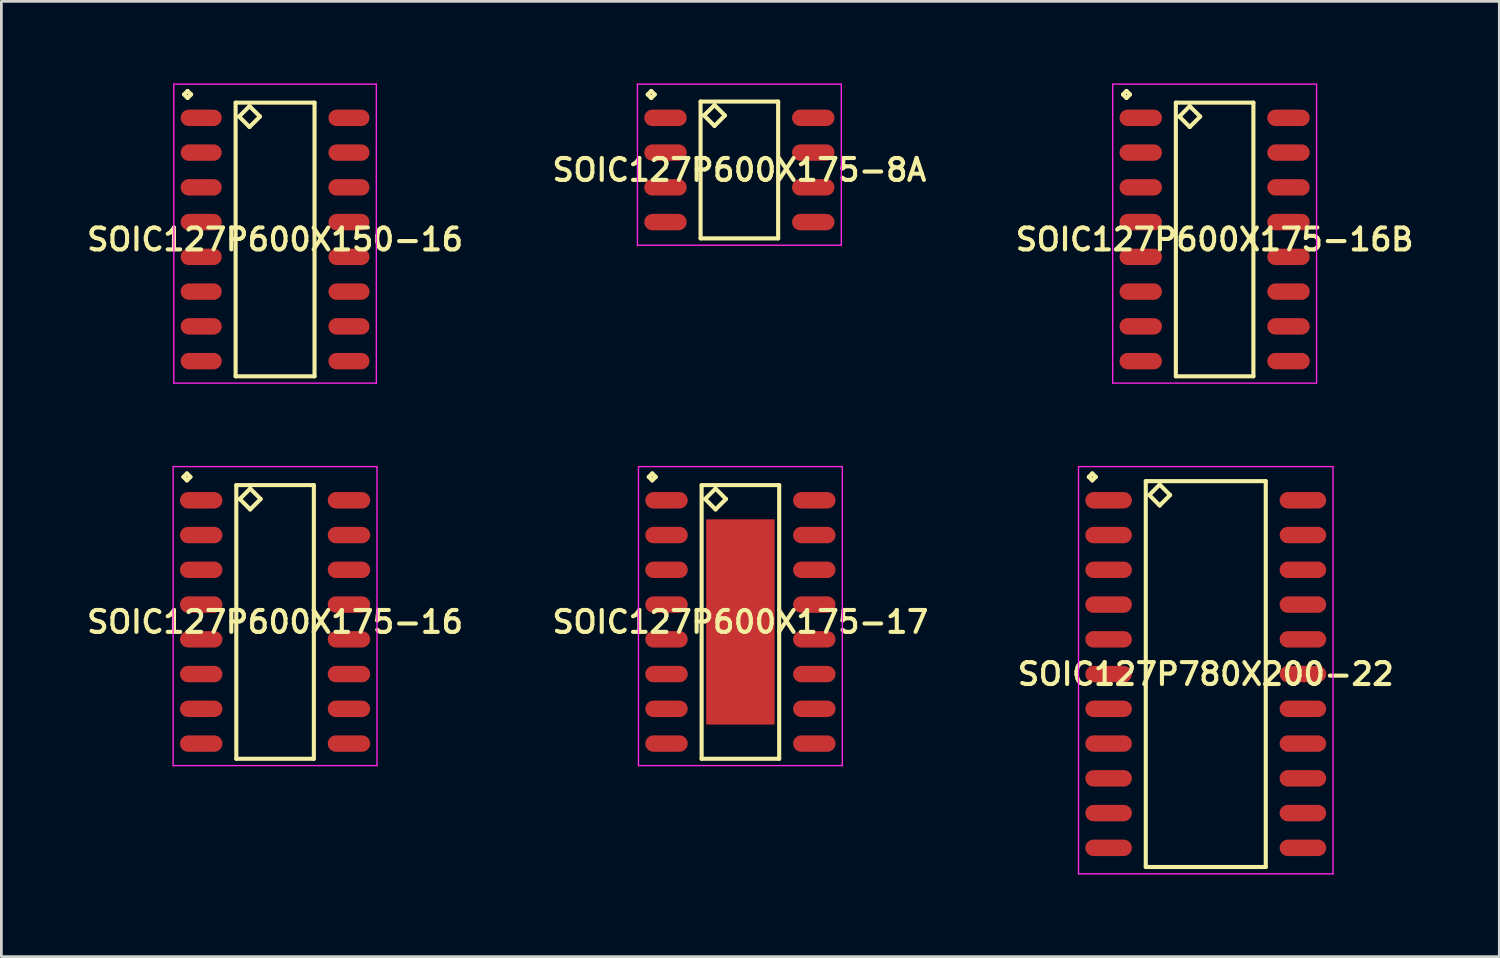
<source format=kicad_pcb>
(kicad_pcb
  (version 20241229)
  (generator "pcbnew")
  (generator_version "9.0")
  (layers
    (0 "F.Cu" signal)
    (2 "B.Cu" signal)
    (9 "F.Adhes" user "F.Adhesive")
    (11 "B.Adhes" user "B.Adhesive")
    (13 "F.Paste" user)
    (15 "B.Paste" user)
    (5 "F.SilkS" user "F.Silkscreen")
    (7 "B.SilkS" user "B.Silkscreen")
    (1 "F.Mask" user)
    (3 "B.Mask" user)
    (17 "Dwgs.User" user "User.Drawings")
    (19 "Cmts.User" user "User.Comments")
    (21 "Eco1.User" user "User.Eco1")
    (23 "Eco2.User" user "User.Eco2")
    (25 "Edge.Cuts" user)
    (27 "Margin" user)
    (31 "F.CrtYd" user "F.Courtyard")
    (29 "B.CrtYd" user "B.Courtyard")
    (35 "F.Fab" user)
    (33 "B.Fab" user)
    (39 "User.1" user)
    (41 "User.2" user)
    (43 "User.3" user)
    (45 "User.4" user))
  (footprint "SOIC127P600X175-8A"
    (layer "F.Cu")
    (at 23.968 3.161)
    (property "Reference" "SOIC127P600X175-8A" (at 0 0 0) (layer "F.SilkS") (effects (font (size 0.8 0.8) (thickness 0.15))))
    (attr smd)
    (fp_line (start -3.348 -2.759) (end -3.221 -2.886) (stroke (width 0.15) (type solid)) (layer "F.SilkS"))
    (fp_line (start -3.221 -2.886) (end -3.094 -2.759) (stroke (width 0.15) (type solid)) (layer "F.SilkS"))
    (fp_line (start -3.221 -2.632) (end -3.348 -2.759) (stroke (width 0.15) (type solid)) (layer "F.SilkS"))
    (fp_line (start -3.094 -2.759) (end -3.221 -2.632) (stroke (width 0.15) (type solid)) (layer "F.SilkS"))
    (fp_line (start -1.417 -2.5) (end -1.417 2.5) (stroke (width 0.15) (type solid)) (layer "F.SilkS"))
    (fp_line (start -1.417 2.5) (end 1.417 2.5) (stroke (width 0.15) (type solid)) (layer "F.SilkS"))
    (fp_line (start -1.29 -1.992) (end -0.909 -2.373) (stroke (width 0.15) (type solid)) (layer "F.SilkS"))
    (fp_line (start -0.909 -2.373) (end -0.528 -1.992) (stroke (width 0.15) (type solid)) (layer "F.SilkS"))
    (fp_line (start -0.909 -1.611) (end -1.29 -1.992) (stroke (width 0.15) (type solid)) (layer "F.SilkS"))
    (fp_line (start -0.528 -1.992) (end -0.909 -1.611) (stroke (width 0.15) (type solid)) (layer "F.SilkS"))
    (fp_line (start 1.417 -2.5) (end -1.417 -2.5) (stroke (width 0.15) (type solid)) (layer "F.SilkS"))
    (fp_line (start 1.417 2.5) (end 1.417 -2.5) (stroke (width 0.15) (type solid)) (layer "F.SilkS"))
    (fp_line (start -3.725 -3.136) (end 3.725 -3.136) (stroke (width 0.05) (type solid)) (layer "F.CrtYd"))
    (fp_line (start -3.725 2.75) (end -3.725 -3.136) (stroke (width 0.05) (type solid)) (layer "F.CrtYd"))
    (fp_line (start 3.725 -3.136) (end 3.725 2.75) (stroke (width 0.05) (type solid)) (layer "F.CrtYd"))
    (fp_line (start 3.725 2.75) (end -3.725 2.75) (stroke (width 0.05) (type solid)) (layer "F.CrtYd"))
    (pad "1" smd oval (at -2.7 -1.905) (size 1.55 0.6) (layers "F.Cu" "F.Mask" "F.Paste"))
    (pad "2" smd oval (at -2.7 -0.635) (size 1.55 0.6) (layers "F.Cu" "F.Mask" "F.Paste"))
    (pad "3" smd oval (at -2.7 0.635) (size 1.55 0.6) (layers "F.Cu" "F.Mask" "F.Paste"))
    (pad "4" smd oval (at -2.7 1.905) (size 1.55 0.6) (layers "F.Cu" "F.Mask" "F.Paste"))
    (pad "5" smd oval (at 2.7 1.905) (size 1.55 0.6) (layers "F.Cu" "F.Mask" "F.Paste"))
    (pad "6" smd oval (at 2.7 0.635) (size 1.55 0.6) (layers "F.Cu" "F.Mask" "F.Paste"))
    (pad "7" smd oval (at 2.7 -0.635) (size 1.55 0.6) (layers "F.Cu" "F.Mask" "F.Paste"))
    (pad "8" smd oval (at 2.7 -1.905) (size 1.55 0.6) (layers "F.Cu" "F.Mask" "F.Paste")))
  (footprint "SOIC127P600X150-16"
    (layer "F.Cu")
    (at 7.002 5.701)
    (property "Reference" "SOIC127P600X150-16" (at 0 0 0) (layer "F.SilkS") (effects (font (size 0.8 0.8) (thickness 0.15))))
    (attr smd)
    (fp_line (start -3.323 -5.299) (end -3.196 -5.426) (stroke (width 0.15) (type solid)) (layer "F.SilkS"))
    (fp_line (start -3.196 -5.426) (end -3.069 -5.299) (stroke (width 0.15) (type solid)) (layer "F.SilkS"))
    (fp_line (start -3.196 -5.172) (end -3.323 -5.299) (stroke (width 0.15) (type solid)) (layer "F.SilkS"))
    (fp_line (start -3.069 -5.299) (end -3.196 -5.172) (stroke (width 0.15) (type solid)) (layer "F.SilkS"))
    (fp_line (start -1.442 -5) (end -1.442 5) (stroke (width 0.15) (type solid)) (layer "F.SilkS"))
    (fp_line (start -1.442 5) (end 1.442 5) (stroke (width 0.15) (type solid)) (layer "F.SilkS"))
    (fp_line (start -1.315 -4.492) (end -0.934 -4.873) (stroke (width 0.15) (type solid)) (layer "F.SilkS"))
    (fp_line (start -0.934 -4.873) (end -0.553 -4.492) (stroke (width 0.15) (type solid)) (layer "F.SilkS"))
    (fp_line (start -0.934 -4.111) (end -1.315 -4.492) (stroke (width 0.15) (type solid)) (layer "F.SilkS"))
    (fp_line (start -0.553 -4.492) (end -0.934 -4.111) (stroke (width 0.15) (type solid)) (layer "F.SilkS"))
    (fp_line (start 1.442 -5) (end -1.442 -5) (stroke (width 0.15) (type solid)) (layer "F.SilkS"))
    (fp_line (start 1.442 5) (end 1.442 -5) (stroke (width 0.15) (type solid)) (layer "F.SilkS"))
    (fp_line (start -3.7 -5.676) (end 3.7 -5.676) (stroke (width 0.05) (type solid)) (layer "F.CrtYd"))
    (fp_line (start -3.7 5.25) (end -3.7 -5.676) (stroke (width 0.05) (type solid)) (layer "F.CrtYd"))
    (fp_line (start 3.7 -5.676) (end 3.7 5.25) (stroke (width 0.05) (type solid)) (layer "F.CrtYd"))
    (fp_line (start 3.7 5.25) (end -3.7 5.25) (stroke (width 0.05) (type solid)) (layer "F.CrtYd"))
    (pad "1" smd oval (at -2.7 -4.445) (size 1.5 0.6) (layers "F.Cu" "F.Mask" "F.Paste"))
    (pad "2" smd oval (at -2.7 -3.175) (size 1.5 0.6) (layers "F.Cu" "F.Mask" "F.Paste"))
    (pad "3" smd oval (at -2.7 -1.905) (size 1.5 0.6) (layers "F.Cu" "F.Mask" "F.Paste"))
    (pad "4" smd oval (at -2.7 -0.635) (size 1.5 0.6) (layers "F.Cu" "F.Mask" "F.Paste"))
    (pad "5" smd oval (at -2.7 0.635) (size 1.5 0.6) (layers "F.Cu" "F.Mask" "F.Paste"))
    (pad "6" smd oval (at -2.7 1.905) (size 1.5 0.6) (layers "F.Cu" "F.Mask" "F.Paste"))
    (pad "7" smd oval (at -2.7 3.175) (size 1.5 0.6) (layers "F.Cu" "F.Mask" "F.Paste"))
    (pad "8" smd oval (at -2.7 4.445) (size 1.5 0.6) (layers "F.Cu" "F.Mask" "F.Paste"))
    (pad "9" smd oval (at 2.7 4.445) (size 1.5 0.6) (layers "F.Cu" "F.Mask" "F.Paste"))
    (pad "10" smd oval (at 2.7 3.175) (size 1.5 0.6) (layers "F.Cu" "F.Mask" "F.Paste"))
    (pad "11" smd oval (at 2.7 1.905) (size 1.5 0.6) (layers "F.Cu" "F.Mask" "F.Paste"))
    (pad "12" smd oval (at 2.7 0.635) (size 1.5 0.6) (layers "F.Cu" "F.Mask" "F.Paste"))
    (pad "13" smd oval (at 2.7 -0.635) (size 1.5 0.6) (layers "F.Cu" "F.Mask" "F.Paste"))
    (pad "14" smd oval (at 2.7 -1.905) (size 1.5 0.6) (layers "F.Cu" "F.Mask" "F.Paste"))
    (pad "15" smd oval (at 2.7 -3.175) (size 1.5 0.6) (layers "F.Cu" "F.Mask" "F.Paste"))
    (pad "16" smd oval (at 2.7 -4.445) (size 1.5 0.6) (layers "F.Cu" "F.Mask" "F.Paste")))
  (footprint "SOIC127P600X175-16"
    (layer "F.Cu")
    (at 7.002 19.677)
    (property "Reference" "SOIC127P600X175-16" (at 0 0 0) (layer "F.SilkS") (effects (font (size 0.8 0.8) (thickness 0.15))))
    (attr smd)
    (fp_line (start -3.348 -5.299) (end -3.221 -5.426) (stroke (width 0.15) (type solid)) (layer "F.SilkS"))
    (fp_line (start -3.221 -5.426) (end -3.094 -5.299) (stroke (width 0.15) (type solid)) (layer "F.SilkS"))
    (fp_line (start -3.221 -5.172) (end -3.348 -5.299) (stroke (width 0.15) (type solid)) (layer "F.SilkS"))
    (fp_line (start -3.094 -5.299) (end -3.221 -5.172) (stroke (width 0.15) (type solid)) (layer "F.SilkS"))
    (fp_line (start -1.417 -5) (end -1.417 5) (stroke (width 0.15) (type solid)) (layer "F.SilkS"))
    (fp_line (start -1.417 5) (end 1.417 5) (stroke (width 0.15) (type solid)) (layer "F.SilkS"))
    (fp_line (start -1.29 -4.492) (end -0.909 -4.873) (stroke (width 0.15) (type solid)) (layer "F.SilkS"))
    (fp_line (start -0.909 -4.873) (end -0.528 -4.492) (stroke (width 0.15) (type solid)) (layer "F.SilkS"))
    (fp_line (start -0.909 -4.111) (end -1.29 -4.492) (stroke (width 0.15) (type solid)) (layer "F.SilkS"))
    (fp_line (start -0.528 -4.492) (end -0.909 -4.111) (stroke (width 0.15) (type solid)) (layer "F.SilkS"))
    (fp_line (start 1.417 -5) (end -1.417 -5) (stroke (width 0.15) (type solid)) (layer "F.SilkS"))
    (fp_line (start 1.417 5) (end 1.417 -5) (stroke (width 0.15) (type solid)) (layer "F.SilkS"))
    (fp_line (start -3.725 -5.676) (end 3.725 -5.676) (stroke (width 0.05) (type solid)) (layer "F.CrtYd"))
    (fp_line (start -3.725 5.25) (end -3.725 -5.676) (stroke (width 0.05) (type solid)) (layer "F.CrtYd"))
    (fp_line (start 3.725 -5.676) (end 3.725 5.25) (stroke (width 0.05) (type solid)) (layer "F.CrtYd"))
    (fp_line (start 3.725 5.25) (end -3.725 5.25) (stroke (width 0.05) (type solid)) (layer "F.CrtYd"))
    (pad "1" smd oval (at -2.7 -4.445) (size 1.55 0.6) (layers "F.Cu" "F.Mask" "F.Paste"))
    (pad "2" smd oval (at -2.7 -3.175) (size 1.55 0.6) (layers "F.Cu" "F.Mask" "F.Paste"))
    (pad "3" smd oval (at -2.7 -1.905) (size 1.55 0.6) (layers "F.Cu" "F.Mask" "F.Paste"))
    (pad "4" smd oval (at -2.7 -0.635) (size 1.55 0.6) (layers "F.Cu" "F.Mask" "F.Paste"))
    (pad "5" smd oval (at -2.7 0.635) (size 1.55 0.6) (layers "F.Cu" "F.Mask" "F.Paste"))
    (pad "6" smd oval (at -2.7 1.905) (size 1.55 0.6) (layers "F.Cu" "F.Mask" "F.Paste"))
    (pad "7" smd oval (at -2.7 3.175) (size 1.55 0.6) (layers "F.Cu" "F.Mask" "F.Paste"))
    (pad "8" smd oval (at -2.7 4.445) (size 1.55 0.6) (layers "F.Cu" "F.Mask" "F.Paste"))
    (pad "9" smd oval (at 2.7 4.445) (size 1.55 0.6) (layers "F.Cu" "F.Mask" "F.Paste"))
    (pad "10" smd oval (at 2.7 3.175) (size 1.55 0.6) (layers "F.Cu" "F.Mask" "F.Paste"))
    (pad "11" smd oval (at 2.7 1.905) (size 1.55 0.6) (layers "F.Cu" "F.Mask" "F.Paste"))
    (pad "12" smd oval (at 2.7 0.635) (size 1.55 0.6) (layers "F.Cu" "F.Mask" "F.Paste"))
    (pad "13" smd oval (at 2.7 -0.635) (size 1.55 0.6) (layers "F.Cu" "F.Mask" "F.Paste"))
    (pad "14" smd oval (at 2.7 -1.905) (size 1.55 0.6) (layers "F.Cu" "F.Mask" "F.Paste"))
    (pad "15" smd oval (at 2.7 -3.175) (size 1.55 0.6) (layers "F.Cu" "F.Mask" "F.Paste"))
    (pad "16" smd oval (at 2.7 -4.445) (size 1.55 0.6) (layers "F.Cu" "F.Mask" "F.Paste")))
  (footprint "SOIC127P780X200-22"
    (layer "F.Cu")
    (at 41.011 21.582)
    (property "Reference" "SOIC127P780X200-22" (at 0 0 0) (layer "F.SilkS") (effects (font (size 0.8 0.8) (thickness 0.15))))
    (attr smd)
    (fp_line (start -4.273 -7.204) (end -4.146 -7.331) (stroke (width 0.15) (type solid)) (layer "F.SilkS"))
    (fp_line (start -4.146 -7.331) (end -4.019 -7.204) (stroke (width 0.15) (type solid)) (layer "F.SilkS"))
    (fp_line (start -4.146 -7.077) (end -4.273 -7.204) (stroke (width 0.15) (type solid)) (layer "F.SilkS"))
    (fp_line (start -4.019 -7.204) (end -4.146 -7.077) (stroke (width 0.15) (type solid)) (layer "F.SilkS"))
    (fp_line (start -2.192 -7.05) (end -2.192 7.05) (stroke (width 0.15) (type solid)) (layer "F.SilkS"))
    (fp_line (start -2.192 7.05) (end 2.192 7.05) (stroke (width 0.15) (type solid)) (layer "F.SilkS"))
    (fp_line (start -2.065 -6.542) (end -1.684 -6.923) (stroke (width 0.15) (type solid)) (layer "F.SilkS"))
    (fp_line (start -1.684 -6.923) (end -1.303 -6.542) (stroke (width 0.15) (type solid)) (layer "F.SilkS"))
    (fp_line (start -1.684 -6.161) (end -2.065 -6.542) (stroke (width 0.15) (type solid)) (layer "F.SilkS"))
    (fp_line (start -1.303 -6.542) (end -1.684 -6.161) (stroke (width 0.15) (type solid)) (layer "F.SilkS"))
    (fp_line (start 2.192 -7.05) (end -2.192 -7.05) (stroke (width 0.15) (type solid)) (layer "F.SilkS"))
    (fp_line (start 2.192 7.05) (end 2.192 -7.05) (stroke (width 0.15) (type solid)) (layer "F.SilkS"))
    (fp_line (start -4.65 -7.581) (end 4.65 -7.581) (stroke (width 0.05) (type solid)) (layer "F.CrtYd"))
    (fp_line (start -4.65 7.3) (end -4.65 -7.581) (stroke (width 0.05) (type solid)) (layer "F.CrtYd"))
    (fp_line (start 4.65 -7.581) (end 4.65 7.3) (stroke (width 0.05) (type solid)) (layer "F.CrtYd"))
    (fp_line (start 4.65 7.3) (end -4.65 7.3) (stroke (width 0.05) (type solid)) (layer "F.CrtYd"))
    (pad "1" smd oval (at -3.55 -6.35) (size 1.7 0.6) (layers "F.Cu" "F.Mask" "F.Paste"))
    (pad "2" smd oval (at -3.55 -5.08) (size 1.7 0.6) (layers "F.Cu" "F.Mask" "F.Paste"))
    (pad "3" smd oval (at -3.55 -3.81) (size 1.7 0.6) (layers "F.Cu" "F.Mask" "F.Paste"))
    (pad "4" smd oval (at -3.55 -2.54) (size 1.7 0.6) (layers "F.Cu" "F.Mask" "F.Paste"))
    (pad "5" smd oval (at -3.55 -1.27) (size 1.7 0.6) (layers "F.Cu" "F.Mask" "F.Paste"))
    (pad "6" smd oval (at -3.55 0) (size 1.7 0.6) (layers "F.Cu" "F.Mask" "F.Paste"))
    (pad "7" smd oval (at -3.55 1.27) (size 1.7 0.6) (layers "F.Cu" "F.Mask" "F.Paste"))
    (pad "8" smd oval (at -3.55 2.54) (size 1.7 0.6) (layers "F.Cu" "F.Mask" "F.Paste"))
    (pad "9" smd oval (at -3.55 3.81) (size 1.7 0.6) (layers "F.Cu" "F.Mask" "F.Paste"))
    (pad "10" smd oval (at -3.55 5.08) (size 1.7 0.6) (layers "F.Cu" "F.Mask" "F.Paste"))
    (pad "11" smd oval (at -3.55 6.35) (size 1.7 0.6) (layers "F.Cu" "F.Mask" "F.Paste"))
    (pad "12" smd oval (at 3.55 6.35) (size 1.7 0.6) (layers "F.Cu" "F.Mask" "F.Paste"))
    (pad "13" smd oval (at 3.55 5.08) (size 1.7 0.6) (layers "F.Cu" "F.Mask" "F.Paste"))
    (pad "14" smd oval (at 3.55 3.81) (size 1.7 0.6) (layers "F.Cu" "F.Mask" "F.Paste"))
    (pad "15" smd oval (at 3.55 2.54) (size 1.7 0.6) (layers "F.Cu" "F.Mask" "F.Paste"))
    (pad "16" smd oval (at 3.55 1.27) (size 1.7 0.6) (layers "F.Cu" "F.Mask" "F.Paste"))
    (pad "17" smd oval (at 3.55 0) (size 1.7 0.6) (layers "F.Cu" "F.Mask" "F.Paste"))
    (pad "18" smd oval (at 3.55 -1.27) (size 1.7 0.6) (layers "F.Cu" "F.Mask" "F.Paste"))
    (pad "19" smd oval (at 3.55 -2.54) (size 1.7 0.6) (layers "F.Cu" "F.Mask" "F.Paste"))
    (pad "20" smd oval (at 3.55 -3.81) (size 1.7 0.6) (layers "F.Cu" "F.Mask" "F.Paste"))
    (pad "21" smd oval (at 3.55 -5.08) (size 1.7 0.6) (layers "F.Cu" "F.Mask" "F.Paste"))
    (pad "22" smd oval (at 3.55 -6.35) (size 1.7 0.6) (layers "F.Cu" "F.Mask" "F.Paste")))
  (footprint "SOIC127P600X175-17"
    (layer "F.Cu")
    (at 24.006 19.677)
    (property "Reference" "SOIC127P600X175-17" (at 0 0 0) (layer "F.SilkS") (effects (font (size 0.8 0.8) (thickness 0.15))))
    (attr smd)
    (fp_line (start -3.348 -5.299) (end -3.221 -5.426) (stroke (width 0.15) (type solid)) (layer "F.SilkS"))
    (fp_line (start -3.221 -5.426) (end -3.094 -5.299) (stroke (width 0.15) (type solid)) (layer "F.SilkS"))
    (fp_line (start -3.221 -5.172) (end -3.348 -5.299) (stroke (width 0.15) (type solid)) (layer "F.SilkS"))
    (fp_line (start -3.094 -5.299) (end -3.221 -5.172) (stroke (width 0.15) (type solid)) (layer "F.SilkS"))
    (fp_line (start -1.417 -5) (end -1.417 5) (stroke (width 0.15) (type solid)) (layer "F.SilkS"))
    (fp_line (start -1.417 5) (end 1.417 5) (stroke (width 0.15) (type solid)) (layer "F.SilkS"))
    (fp_line (start -1.29 -4.492) (end -0.909 -4.873) (stroke (width 0.15) (type solid)) (layer "F.SilkS"))
    (fp_line (start -0.909 -4.873) (end -0.528 -4.492) (stroke (width 0.15) (type solid)) (layer "F.SilkS"))
    (fp_line (start -0.909 -4.111) (end -1.29 -4.492) (stroke (width 0.15) (type solid)) (layer "F.SilkS"))
    (fp_line (start -0.528 -4.492) (end -0.909 -4.111) (stroke (width 0.15) (type solid)) (layer "F.SilkS"))
    (fp_line (start 1.417 -5) (end -1.417 -5) (stroke (width 0.15) (type solid)) (layer "F.SilkS"))
    (fp_line (start 1.417 5) (end 1.417 -5) (stroke (width 0.15) (type solid)) (layer "F.SilkS"))
    (fp_line (start -3.725 -5.676) (end 3.725 -5.676) (stroke (width 0.05) (type solid)) (layer "F.CrtYd"))
    (fp_line (start -3.725 5.25) (end -3.725 -5.676) (stroke (width 0.05) (type solid)) (layer "F.CrtYd"))
    (fp_line (start 3.725 -5.676) (end 3.725 5.25) (stroke (width 0.05) (type solid)) (layer "F.CrtYd"))
    (fp_line (start 3.725 5.25) (end -3.725 5.25) (stroke (width 0.05) (type solid)) (layer "F.CrtYd"))
    (pad "1" smd oval (at -2.7 -4.445) (size 1.55 0.6) (layers "F.Cu" "F.Mask" "F.Paste"))
    (pad "2" smd oval (at -2.7 -3.175) (size 1.55 0.6) (layers "F.Cu" "F.Mask" "F.Paste"))
    (pad "3" smd oval (at -2.7 -1.905) (size 1.55 0.6) (layers "F.Cu" "F.Mask" "F.Paste"))
    (pad "4" smd oval (at -2.7 -0.635) (size 1.55 0.6) (layers "F.Cu" "F.Mask" "F.Paste"))
    (pad "5" smd oval (at -2.7 0.635) (size 1.55 0.6) (layers "F.Cu" "F.Mask" "F.Paste"))
    (pad "6" smd oval (at -2.7 1.905) (size 1.55 0.6) (layers "F.Cu" "F.Mask" "F.Paste"))
    (pad "7" smd oval (at -2.7 3.175) (size 1.55 0.6) (layers "F.Cu" "F.Mask" "F.Paste"))
    (pad "8" smd oval (at -2.7 4.445) (size 1.55 0.6) (layers "F.Cu" "F.Mask" "F.Paste"))
    (pad "9" smd oval (at 2.7 4.445) (size 1.55 0.6) (layers "F.Cu" "F.Mask" "F.Paste"))
    (pad "10" smd oval (at 2.7 3.175) (size 1.55 0.6) (layers "F.Cu" "F.Mask" "F.Paste"))
    (pad "11" smd oval (at 2.7 1.905) (size 1.55 0.6) (layers "F.Cu" "F.Mask" "F.Paste"))
    (pad "12" smd oval (at 2.7 0.635) (size 1.55 0.6) (layers "F.Cu" "F.Mask" "F.Paste"))
    (pad "13" smd oval (at 2.7 -0.635) (size 1.55 0.6) (layers "F.Cu" "F.Mask" "F.Paste"))
    (pad "14" smd oval (at 2.7 -1.905) (size 1.55 0.6) (layers "F.Cu" "F.Mask" "F.Paste"))
    (pad "15" smd oval (at 2.7 -3.175) (size 1.55 0.6) (layers "F.Cu" "F.Mask" "F.Paste"))
    (pad "16" smd oval (at 2.7 -4.445) (size 1.55 0.6) (layers "F.Cu" "F.Mask" "F.Paste"))
    (pad "17" smd rect (at 0 0) (size 2.5 7.5) (layers "F.Cu" "F.Mask" "F.Paste")))
  (footprint "SOIC127P600X175-16B"
    (layer "F.Cu")
    (at 41.335 5.701)
    (property "Reference" "SOIC127P600X175-16B" (at 0 0 0) (layer "F.SilkS") (effects (font (size 0.8 0.8) (thickness 0.15))))
    (attr smd)
    (fp_line (start -3.348 -5.299) (end -3.221 -5.426) (stroke (width 0.15) (type solid)) (layer "F.SilkS"))
    (fp_line (start -3.221 -5.426) (end -3.094 -5.299) (stroke (width 0.15) (type solid)) (layer "F.SilkS"))
    (fp_line (start -3.221 -5.172) (end -3.348 -5.299) (stroke (width 0.15) (type solid)) (layer "F.SilkS"))
    (fp_line (start -3.094 -5.299) (end -3.221 -5.172) (stroke (width 0.15) (type solid)) (layer "F.SilkS"))
    (fp_line (start -1.417 -5) (end -1.417 5) (stroke (width 0.15) (type solid)) (layer "F.SilkS"))
    (fp_line (start -1.417 5) (end 1.417 5) (stroke (width 0.15) (type solid)) (layer "F.SilkS"))
    (fp_line (start -1.29 -4.492) (end -0.909 -4.873) (stroke (width 0.15) (type solid)) (layer "F.SilkS"))
    (fp_line (start -0.909 -4.873) (end -0.528 -4.492) (stroke (width 0.15) (type solid)) (layer "F.SilkS"))
    (fp_line (start -0.909 -4.111) (end -1.29 -4.492) (stroke (width 0.15) (type solid)) (layer "F.SilkS"))
    (fp_line (start -0.528 -4.492) (end -0.909 -4.111) (stroke (width 0.15) (type solid)) (layer "F.SilkS"))
    (fp_line (start 1.417 -5) (end -1.417 -5) (stroke (width 0.15) (type solid)) (layer "F.SilkS"))
    (fp_line (start 1.417 5) (end 1.417 -5) (stroke (width 0.15) (type solid)) (layer "F.SilkS"))
    (fp_line (start -3.725 -5.676) (end 3.725 -5.676) (stroke (width 0.05) (type solid)) (layer "F.CrtYd"))
    (fp_line (start -3.725 5.25) (end -3.725 -5.676) (stroke (width 0.05) (type solid)) (layer "F.CrtYd"))
    (fp_line (start 3.725 -5.676) (end 3.725 5.25) (stroke (width 0.05) (type solid)) (layer "F.CrtYd"))
    (fp_line (start 3.725 5.25) (end -3.725 5.25) (stroke (width 0.05) (type solid)) (layer "F.CrtYd"))
    (pad "1" smd oval (at -2.7 -4.445) (size 1.55 0.6) (layers "F.Cu" "F.Mask" "F.Paste"))
    (pad "2" smd oval (at -2.7 -3.175) (size 1.55 0.6) (layers "F.Cu" "F.Mask" "F.Paste"))
    (pad "3" smd oval (at -2.7 -1.905) (size 1.55 0.6) (layers "F.Cu" "F.Mask" "F.Paste"))
    (pad "4" smd oval (at -2.7 -0.635) (size 1.55 0.6) (layers "F.Cu" "F.Mask" "F.Paste"))
    (pad "5" smd oval (at -2.7 0.635) (size 1.55 0.6) (layers "F.Cu" "F.Mask" "F.Paste"))
    (pad "6" smd oval (at -2.7 1.905) (size 1.55 0.6) (layers "F.Cu" "F.Mask" "F.Paste"))
    (pad "7" smd oval (at -2.7 3.175) (size 1.55 0.6) (layers "F.Cu" "F.Mask" "F.Paste"))
    (pad "8" smd oval (at -2.7 4.445) (size 1.55 0.6) (layers "F.Cu" "F.Mask" "F.Paste"))
    (pad "9" smd oval (at 2.7 4.445) (size 1.55 0.6) (layers "F.Cu" "F.Mask" "F.Paste"))
    (pad "10" smd oval (at 2.7 3.175) (size 1.55 0.6) (layers "F.Cu" "F.Mask" "F.Paste"))
    (pad "11" smd oval (at 2.7 1.905) (size 1.55 0.6) (layers "F.Cu" "F.Mask" "F.Paste"))
    (pad "12" smd oval (at 2.7 0.635) (size 1.55 0.6) (layers "F.Cu" "F.Mask" "F.Paste"))
    (pad "13" smd oval (at 2.7 -0.635) (size 1.55 0.6) (layers "F.Cu" "F.Mask" "F.Paste"))
    (pad "14" smd oval (at 2.7 -1.905) (size 1.55 0.6) (layers "F.Cu" "F.Mask" "F.Paste"))
    (pad "15" smd oval (at 2.7 -3.175) (size 1.55 0.6) (layers "F.Cu" "F.Mask" "F.Paste"))
    (pad "16" smd oval (at 2.7 -4.445) (size 1.55 0.6) (layers "F.Cu" "F.Mask" "F.Paste")))
  (gr_rect
    (start -3 -3)
    (end 51.737 31.907)
    (stroke (width 0.1) (type default))
    (fill no)
    (layer "Edge.Cuts")))
</source>
